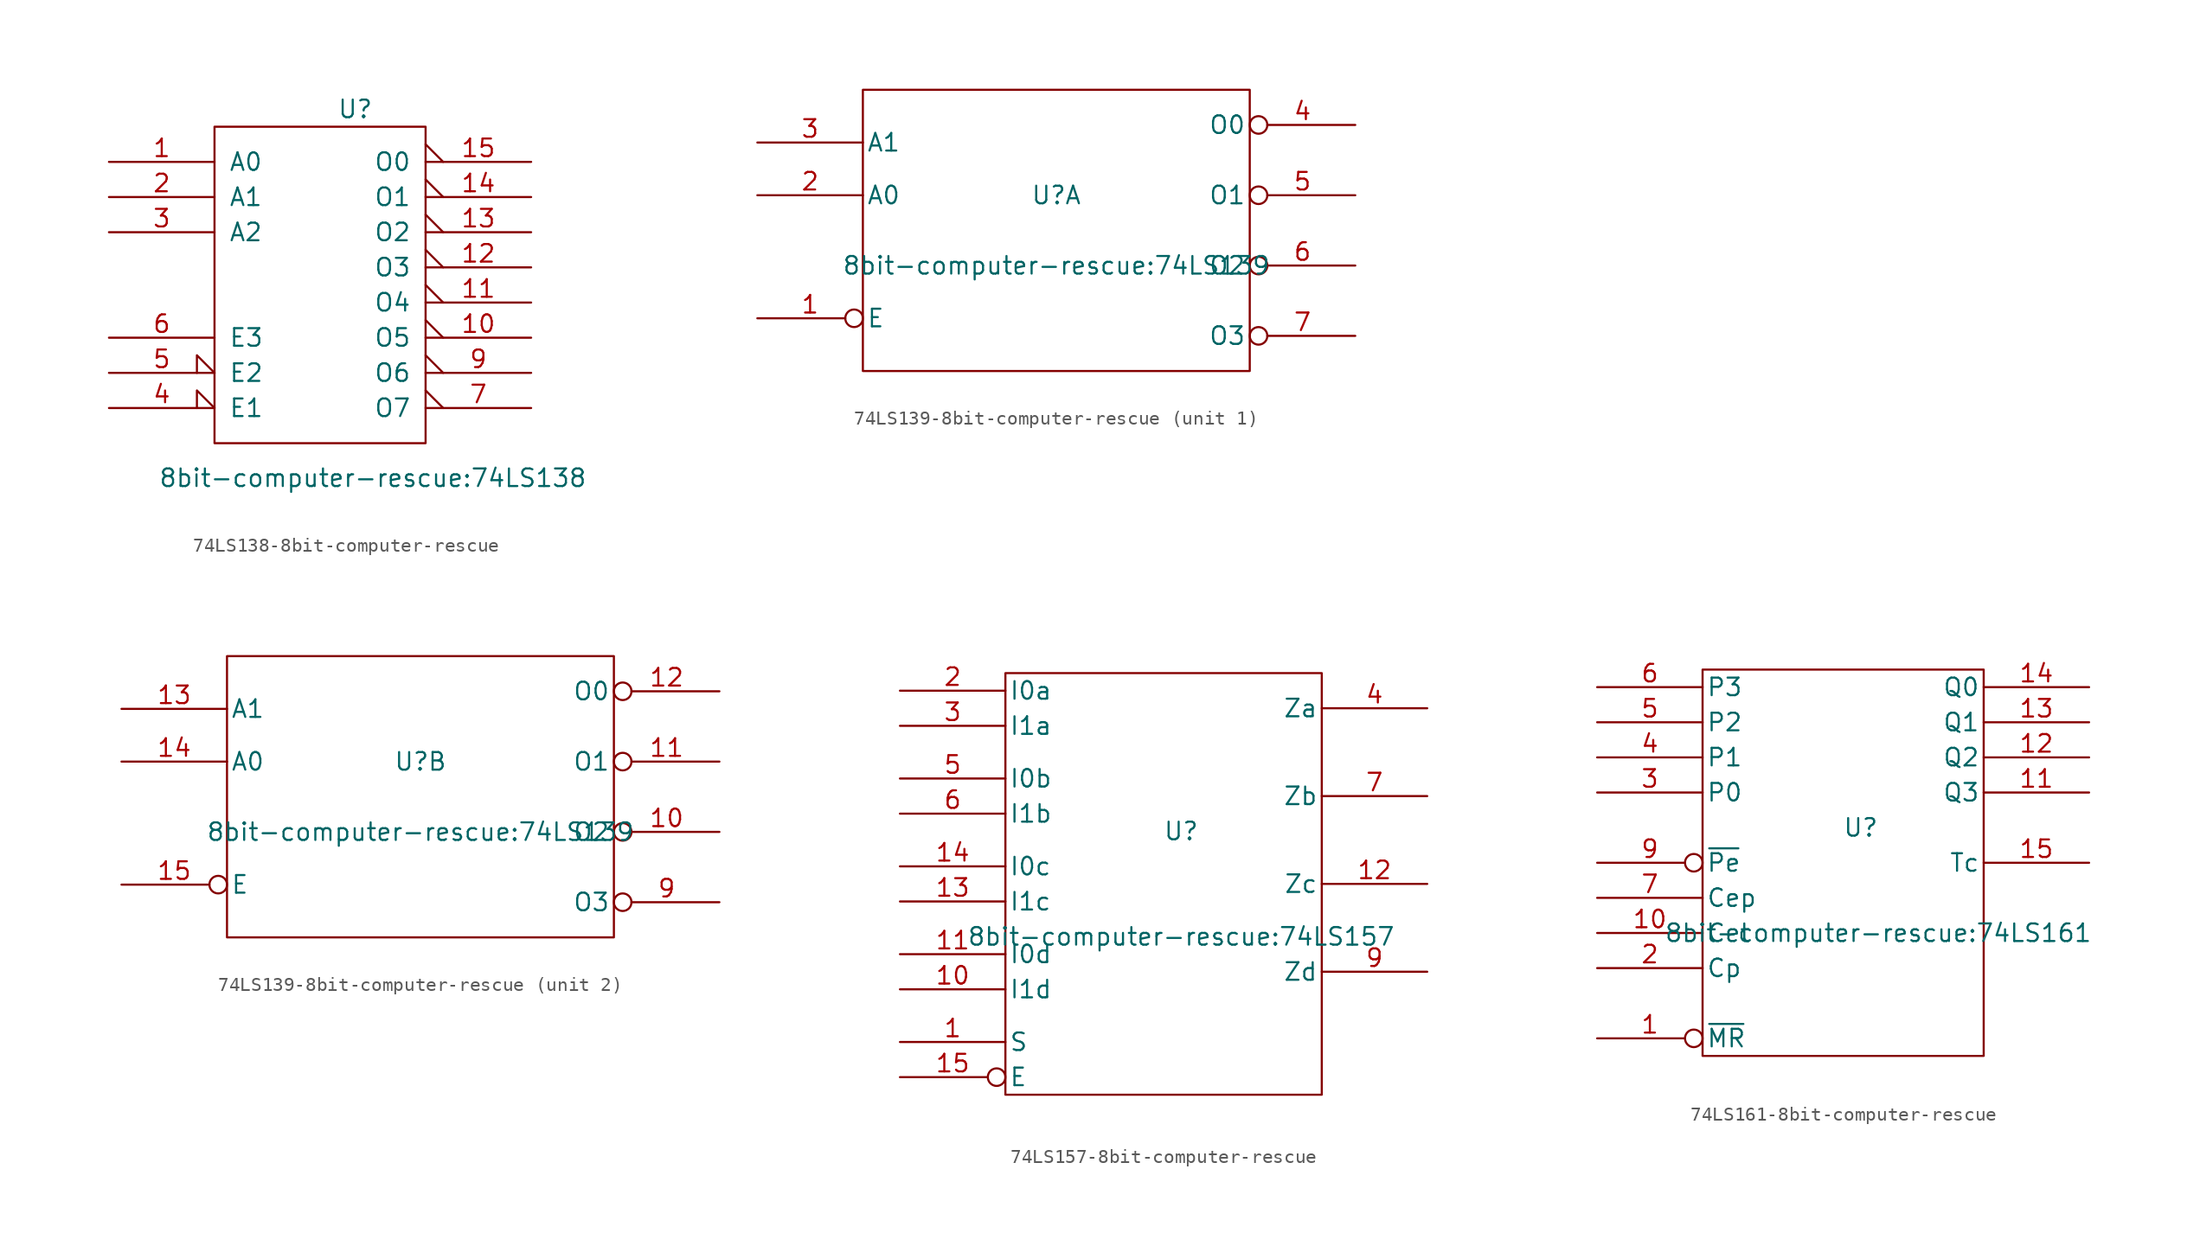
<source format=kicad_sym>
(kicad_symbol_lib
  (version 20220914)
  (generator kicad_symbol_editor)
  (symbol "74LS138-8bit-computer-rescue"
    (pin_names
      (offset 1.016))
    (property "Reference" "U"
      (at 2.54 12.7 0)
      (effects (font (size 1.27 1.27))))
    (property "Value" "8bit-computer-rescue:74LS138"
      (at 3.81 -13.945 0)
      (effects (font (size 1.27 1.27))))
    (symbol "74LS138-8bit-computer-rescue_0_1"
      (rectangle (start -7.62 11.43) (end 7.62 -11.43) (stroke (width 0) (type solid)) (fill (type none))))
    (symbol "74LS138-8bit-computer-rescue_1_1"
      (pin input line (at -15.24 8.89 0) (length 7.62) (name "A0" (effects (font (size 1.27 1.27)))) (number "1" (effects (font (size 1.27 1.27)))))
      (pin output output_low (at 15.24 -3.81 180) (length 7.62) (name "O5" (effects (font (size 1.27 1.27)))) (number "10" (effects (font (size 1.27 1.27)))))
      (pin output output_low (at 15.24 -1.27 180) (length 7.62) (name "O4" (effects (font (size 1.27 1.27)))) (number "11" (effects (font (size 1.27 1.27)))))
      (pin output output_low (at 15.24 1.27 180) (length 7.62) (name "O3" (effects (font (size 1.27 1.27)))) (number "12" (effects (font (size 1.27 1.27)))))
      (pin output output_low (at 15.24 3.81 180) (length 7.62) (name "O2" (effects (font (size 1.27 1.27)))) (number "13" (effects (font (size 1.27 1.27)))))
      (pin output output_low (at 15.24 6.35 180) (length 7.62) (name "O1" (effects (font (size 1.27 1.27)))) (number "14" (effects (font (size 1.27 1.27)))))
      (pin output output_low (at 15.24 8.89 180) (length 7.62) (name "O0" (effects (font (size 1.27 1.27)))) (number "15" (effects (font (size 1.27 1.27)))))
      (pin power_in line (at 0 11.43 270) (length 0) hide (name "VCC" (effects (font (size 1.27 1.27)))) (number "16" (effects (font (size 1.27 1.27)))))
      (pin input line (at -15.24 6.35 0) (length 7.62) (name "A1" (effects (font (size 1.27 1.27)))) (number "2" (effects (font (size 1.27 1.27)))))
      (pin input line (at -15.24 3.81 0) (length 7.62) (name "A2" (effects (font (size 1.27 1.27)))) (number "3" (effects (font (size 1.27 1.27)))))
      (pin input input_low (at -15.24 -8.89 0) (length 7.62) (name "E1" (effects (font (size 1.27 1.27)))) (number "4" (effects (font (size 1.27 1.27)))))
      (pin input input_low (at -15.24 -6.35 0) (length 7.62) (name "E2" (effects (font (size 1.27 1.27)))) (number "5" (effects (font (size 1.27 1.27)))))
      (pin input line (at -15.24 -3.81 0) (length 7.62) (name "E3" (effects (font (size 1.27 1.27)))) (number "6" (effects (font (size 1.27 1.27)))))
      (pin output output_low (at 15.24 -8.89 180) (length 7.62) (name "O7" (effects (font (size 1.27 1.27)))) (number "7" (effects (font (size 1.27 1.27)))))
      (pin power_in line (at 0 -11.43 90) (length 0) hide (name "GND" (effects (font (size 1.27 1.27)))) (number "8" (effects (font (size 1.27 1.27)))))
      (pin output output_low (at 15.24 -6.35 180) (length 7.62) (name "O6" (effects (font (size 1.27 1.27)))) (number "9" (effects (font (size 1.27 1.27)))))))
  (symbol "74LS139-8bit-computer-rescue"
    (pin_names
      (offset 0.254))
    (property "Reference" "U"
      (at 0 2.54 0)
      (effects (font (size 1.27 1.27))))
    (property "Value" "8bit-computer-rescue:74LS139"
      (at 0 -2.54 0)
      (effects (font (size 1.27 1.27))))
    (symbol "74LS139-8bit-computer-rescue_0_0"
      (rectangle (start -13.97 -10.16) (end 13.97 10.16) (stroke (width 0) (type solid)) (fill (type none)))
      (pin power_in line (at -11.43 10.16 90) (length 0) hide (name "VCC" (effects (font (size 0.762 0.762)))) (number "16" (effects (font (size 0.762 0.762)))))
      (pin power_in line (at -11.43 -10.16 90) (length 0) hide (name "GND" (effects (font (size 0.762 0.762)))) (number "8" (effects (font (size 0.762 0.762))))))
    (symbol "74LS139-8bit-computer-rescue_1_1"
      (pin input inverted (at -21.59 -6.35 0) (length 7.62) (name "E" (effects (font (size 1.27 1.27)))) (number "1" (effects (font (size 1.27 1.27)))))
      (pin input line (at -21.59 2.54 0) (length 7.62) (name "A0" (effects (font (size 1.27 1.27)))) (number "2" (effects (font (size 1.27 1.27)))))
      (pin input line (at -21.59 6.35 0) (length 7.62) (name "A1" (effects (font (size 1.27 1.27)))) (number "3" (effects (font (size 1.27 1.27)))))
      (pin output inverted (at 21.59 7.62 180) (length 7.62) (name "O0" (effects (font (size 1.27 1.27)))) (number "4" (effects (font (size 1.27 1.27)))))
      (pin output inverted (at 21.59 2.54 180) (length 7.62) (name "O1" (effects (font (size 1.27 1.27)))) (number "5" (effects (font (size 1.27 1.27)))))
      (pin output inverted (at 21.59 -2.54 180) (length 7.62) (name "O2" (effects (font (size 1.27 1.27)))) (number "6" (effects (font (size 1.27 1.27)))))
      (pin output inverted (at 21.59 -7.62 180) (length 7.62) (name "O3" (effects (font (size 1.27 1.27)))) (number "7" (effects (font (size 1.27 1.27))))))
    (symbol "74LS139-8bit-computer-rescue_2_1"
      (pin output inverted (at 21.59 -2.54 180) (length 7.62) (name "O2" (effects (font (size 1.27 1.27)))) (number "10" (effects (font (size 1.27 1.27)))))
      (pin output inverted (at 21.59 2.54 180) (length 7.62) (name "O1" (effects (font (size 1.27 1.27)))) (number "11" (effects (font (size 1.27 1.27)))))
      (pin output inverted (at 21.59 7.62 180) (length 7.62) (name "O0" (effects (font (size 1.27 1.27)))) (number "12" (effects (font (size 1.27 1.27)))))
      (pin input line (at -21.59 6.35 0) (length 7.62) (name "A1" (effects (font (size 1.27 1.27)))) (number "13" (effects (font (size 1.27 1.27)))))
      (pin input line (at -21.59 2.54 0) (length 7.62) (name "A0" (effects (font (size 1.27 1.27)))) (number "14" (effects (font (size 1.27 1.27)))))
      (pin input inverted (at -21.59 -6.35 0) (length 7.62) (name "E" (effects (font (size 1.27 1.27)))) (number "15" (effects (font (size 1.27 1.27)))))
      (pin output inverted (at 21.59 -7.62 180) (length 7.62) (name "O3" (effects (font (size 1.27 1.27)))) (number "9" (effects (font (size 1.27 1.27)))))))
  (symbol "74LS157-8bit-computer-rescue"
    (pin_names
      (offset 0.254))
    (property "Reference" "U"
      (at 1.27 3.81 0)
      (effects (font (size 1.27 1.27))))
    (property "Value" "8bit-computer-rescue:74LS157"
      (at 1.27 -3.81 0)
      (effects (font (size 1.27 1.27))))
    (symbol "74LS157-8bit-computer-rescue_0_0"
      (pin power_in line (at -8.89 15.24 90) (length 0) hide (name "VCC" (effects (font (size 1.27 1.27)))) (number "16" (effects (font (size 1.27 1.27)))))
      (pin power_in line (at -8.89 -15.24 90) (length 0) hide (name "GND" (effects (font (size 1.27 1.27)))) (number "8" (effects (font (size 1.27 1.27))))))
    (symbol "74LS157-8bit-computer-rescue_0_1"
      (rectangle (start -11.43 15.24) (end 11.43 -15.24) (stroke (width 0) (type solid)) (fill (type none))))
    (symbol "74LS157-8bit-computer-rescue_1_1"
      (pin input line (at -19.05 -11.43 0) (length 7.62) (name "S" (effects (font (size 1.27 1.27)))) (number "1" (effects (font (size 1.27 1.27)))))
      (pin input line (at -19.05 -7.62 0) (length 7.62) (name "I1d" (effects (font (size 1.27 1.27)))) (number "10" (effects (font (size 1.27 1.27)))))
      (pin input line (at -19.05 -5.08 0) (length 7.62) (name "I0d" (effects (font (size 1.27 1.27)))) (number "11" (effects (font (size 1.27 1.27)))))
      (pin output line (at 19.05 0 180) (length 7.62) (name "Zc" (effects (font (size 1.27 1.27)))) (number "12" (effects (font (size 1.27 1.27)))))
      (pin input line (at -19.05 -1.27 0) (length 7.62) (name "I1c" (effects (font (size 1.27 1.27)))) (number "13" (effects (font (size 1.27 1.27)))))
      (pin input line (at -19.05 1.27 0) (length 7.62) (name "I0c" (effects (font (size 1.27 1.27)))) (number "14" (effects (font (size 1.27 1.27)))))
      (pin input inverted (at -19.05 -13.97 0) (length 7.62) (name "E" (effects (font (size 1.27 1.27)))) (number "15" (effects (font (size 1.27 1.27)))))
      (pin input line (at -19.05 13.97 0) (length 7.62) (name "I0a" (effects (font (size 1.27 1.27)))) (number "2" (effects (font (size 1.27 1.27)))))
      (pin input line (at -19.05 11.43 0) (length 7.62) (name "I1a" (effects (font (size 1.27 1.27)))) (number "3" (effects (font (size 1.27 1.27)))))
      (pin output line (at 19.05 12.7 180) (length 7.62) (name "Za" (effects (font (size 1.27 1.27)))) (number "4" (effects (font (size 1.27 1.27)))))
      (pin input line (at -19.05 7.62 0) (length 7.62) (name "I0b" (effects (font (size 1.27 1.27)))) (number "5" (effects (font (size 1.27 1.27)))))
      (pin input line (at -19.05 5.08 0) (length 7.62) (name "I1b" (effects (font (size 1.27 1.27)))) (number "6" (effects (font (size 1.27 1.27)))))
      (pin output line (at 19.05 6.35 180) (length 7.62) (name "Zb" (effects (font (size 1.27 1.27)))) (number "7" (effects (font (size 1.27 1.27)))))
      (pin output line (at 19.05 -6.35 180) (length 7.62) (name "Zd" (effects (font (size 1.27 1.27)))) (number "9" (effects (font (size 1.27 1.27)))))))
  (symbol "74LS161-8bit-computer-rescue"
    (pin_names
      (offset 0.254))
    (property "Reference" "U"
      (at 1.27 2.54 0)
      (effects (font (size 1.27 1.27))))
    (property "Value" "8bit-computer-rescue:74LS161"
      (at 2.54 -5.08 0)
      (effects (font (size 1.27 1.27))))
    (symbol "74LS161-8bit-computer-rescue_0_0"
      (pin power_in line (at -7.62 13.97 90) (length 0) hide (name "VCC" (effects (font (size 1.27 1.27)))) (number "16" (effects (font (size 1.27 1.27)))))
      (pin power_in line (at -7.62 -13.97 90) (length 0) hide (name "GND" (effects (font (size 1.27 1.27)))) (number "8" (effects (font (size 1.27 1.27))))))
    (symbol "74LS161-8bit-computer-rescue_0_1"
      (rectangle (start -10.16 13.97) (end 10.16 -13.97) (stroke (width 0) (type solid)) (fill (type none))))
    (symbol "74LS161-8bit-computer-rescue_1_1"
      (pin input inverted (at -17.78 -12.7 0) (length 7.62) (name "~{MR}" (effects (font (size 1.27 1.27)))) (number "1" (effects (font (size 1.27 1.27)))))
      (pin input line (at -17.78 -5.08 0) (length 7.62) (name "Cet" (effects (font (size 1.27 1.27)))) (number "10" (effects (font (size 1.27 1.27)))))
      (pin output line (at 17.78 5.08 180) (length 7.62) (name "Q3" (effects (font (size 1.27 1.27)))) (number "11" (effects (font (size 1.27 1.27)))))
      (pin output line (at 17.78 7.62 180) (length 7.62) (name "Q2" (effects (font (size 1.27 1.27)))) (number "12" (effects (font (size 1.27 1.27)))))
      (pin output line (at 17.78 10.16 180) (length 7.62) (name "Q1" (effects (font (size 1.27 1.27)))) (number "13" (effects (font (size 1.27 1.27)))))
      (pin output line (at 17.78 12.7 180) (length 7.62) (name "Q0" (effects (font (size 1.27 1.27)))) (number "14" (effects (font (size 1.27 1.27)))))
      (pin output line (at 17.78 0 180) (length 7.62) (name "Tc" (effects (font (size 1.27 1.27)))) (number "15" (effects (font (size 1.27 1.27)))))
      (pin input line (at -17.78 -7.62 0) (length 7.62) (name "Cp" (effects (font (size 1.27 1.27)))) (number "2" (effects (font (size 1.27 1.27)))))
      (pin input line (at -17.78 5.08 0) (length 7.62) (name "P0" (effects (font (size 1.27 1.27)))) (number "3" (effects (font (size 1.27 1.27)))))
      (pin input line (at -17.78 7.62 0) (length 7.62) (name "P1" (effects (font (size 1.27 1.27)))) (number "4" (effects (font (size 1.27 1.27)))))
      (pin input line (at -17.78 10.16 0) (length 7.62) (name "P2" (effects (font (size 1.27 1.27)))) (number "5" (effects (font (size 1.27 1.27)))))
      (pin input line (at -17.78 12.7 0) (length 7.62) (name "P3" (effects (font (size 1.27 1.27)))) (number "6" (effects (font (size 1.27 1.27)))))
      (pin input line (at -17.78 -2.54 0) (length 7.62) (name "Cep" (effects (font (size 1.27 1.27)))) (number "7" (effects (font (size 1.27 1.27)))))
      (pin input inverted (at -17.78 0 0) (length 7.62) (name "~{Pe}" (effects (font (size 1.27 1.27)))) (number "9" (effects (font (size 1.27 1.27))))))))
</source>
